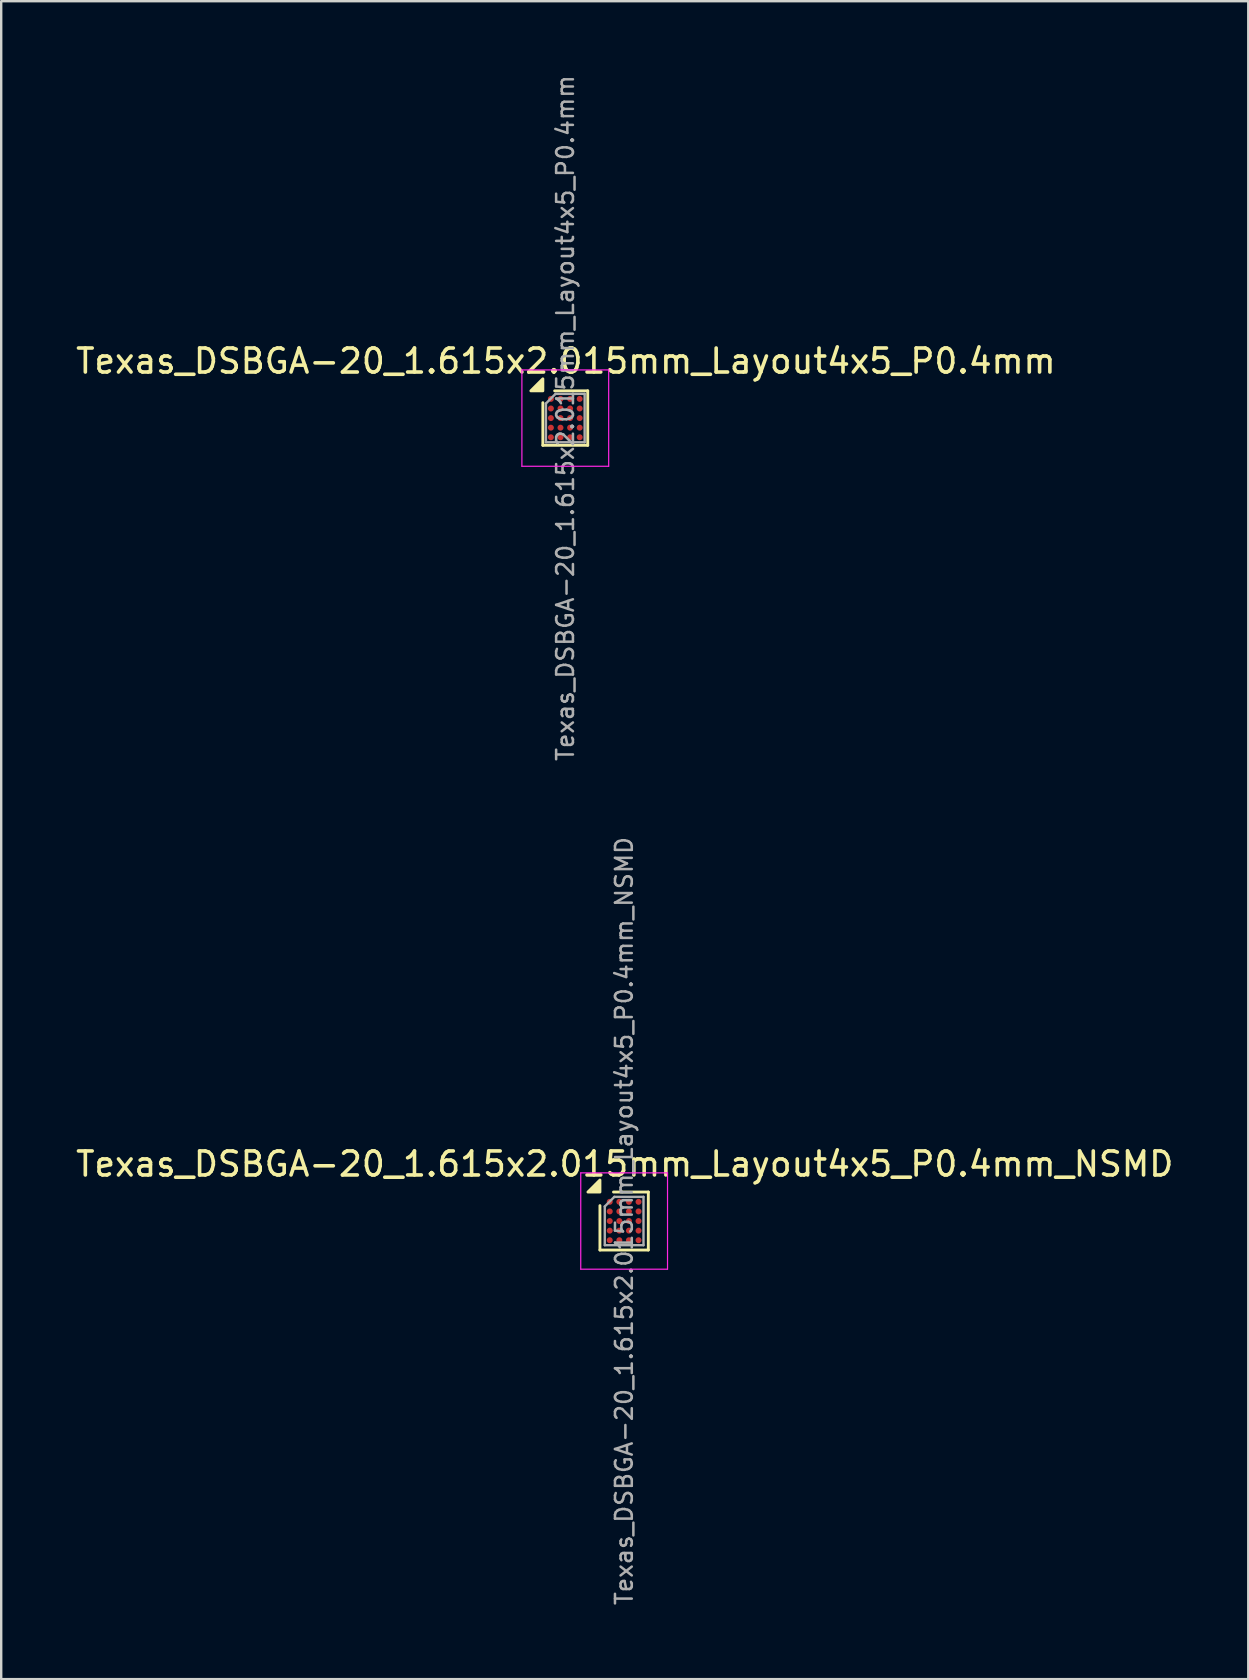
<source format=kicad_pcb>
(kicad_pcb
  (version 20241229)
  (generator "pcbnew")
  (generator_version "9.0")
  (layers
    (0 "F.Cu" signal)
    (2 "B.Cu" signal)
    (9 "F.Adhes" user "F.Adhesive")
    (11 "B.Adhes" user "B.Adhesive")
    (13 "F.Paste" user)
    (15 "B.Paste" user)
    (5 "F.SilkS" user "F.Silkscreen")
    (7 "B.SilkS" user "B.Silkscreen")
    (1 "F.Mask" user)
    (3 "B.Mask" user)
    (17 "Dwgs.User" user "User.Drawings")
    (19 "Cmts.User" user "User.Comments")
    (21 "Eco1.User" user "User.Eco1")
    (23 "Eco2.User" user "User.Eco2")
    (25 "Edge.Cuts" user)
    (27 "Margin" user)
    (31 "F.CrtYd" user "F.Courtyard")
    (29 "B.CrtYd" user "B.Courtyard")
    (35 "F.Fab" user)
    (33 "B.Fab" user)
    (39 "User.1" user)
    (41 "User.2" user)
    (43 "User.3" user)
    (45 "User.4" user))
  (footprint "Texas_DSBGA-20_1.615x2.015mm_Layout4x5_P0.4mm_NSMD"
    (layer "F.Cu")
    (at 22.957 47.829)
    (property "Reference" "Texas_DSBGA-20_1.615x2.015mm_Layout4x5_P0.4mm_NSMD" (at 0.025 -2.375 0) (layer "F.SilkS") (effects (font (size 1 1) (thickness 0.15))))
    (attr smd)
    (fp_line (start -1.008 1.208) (end -1.008 -0.642) (stroke (width 0.12) (type solid)) (layer "F.SilkS"))
    (fp_line (start -0.443 -1.208) (end 1.008 -1.208) (stroke (width 0.12) (type solid)) (layer "F.SilkS"))
    (fp_line (start 1.008 -1.208) (end 1.008 1.208) (stroke (width 0.12) (type solid)) (layer "F.SilkS"))
    (fp_line (start 1.008 1.208) (end -1.008 1.208) (stroke (width 0.12) (type solid)) (layer "F.SilkS"))
    (fp_poly (pts (xy -1.008 -1.208) (xy -1.508 -1.208) (xy -1.008 -1.708) (xy -1.008 -1.208)) (stroke (width 0.12) (type solid)) (fill yes) (layer "F.SilkS"))
    (fp_line (start -1.808 -2.007) (end -1.808 2.007) (stroke (width 0.05) (type solid)) (layer "F.CrtYd"))
    (fp_line (start -1.808 2.007) (end 1.808 2.007) (stroke (width 0.05) (type solid)) (layer "F.CrtYd"))
    (fp_line (start 1.808 -2.007) (end -1.808 -2.007) (stroke (width 0.05) (type solid)) (layer "F.CrtYd"))
    (fp_line (start 1.808 2.007) (end 1.808 -2.007) (stroke (width 0.05) (type solid)) (layer "F.CrtYd"))
    (fp_line (start -0.807 -0.608) (end -0.407 -1.008) (stroke (width 0.1) (type solid)) (layer "F.Fab"))
    (fp_line (start -0.807 1.008) (end -0.807 -0.608) (stroke (width 0.1) (type solid)) (layer "F.Fab"))
    (fp_line (start -0.407 -1.008) (end 0.807 -1.008) (stroke (width 0.1) (type solid)) (layer "F.Fab"))
    (fp_line (start 0.807 -1.008) (end 0.807 1.008) (stroke (width 0.1) (type solid)) (layer "F.Fab"))
    (fp_line (start 0.807 1.008) (end -0.807 1.008) (stroke (width 0.1) (type solid)) (layer "F.Fab"))
    (fp_text user "${REFERENCE}" (at 0 0 270) (layer "F.Fab") (effects (font (size 0.7 0.7) (thickness 0.105))))
    (pad "A1" smd circle (at -0.6 -0.8) (size 0.25 0.25) (property pad_prop_bga) (layers "F.Cu" "F.Mask" "F.Paste"))
    (pad "A2" smd circle (at -0.2 -0.8) (size 0.25 0.25) (property pad_prop_bga) (layers "F.Cu" "F.Mask" "F.Paste"))
    (pad "A3" smd circle (at 0.2 -0.8) (size 0.25 0.25) (property pad_prop_bga) (layers "F.Cu" "F.Mask" "F.Paste"))
    (pad "A4" smd circle (at 0.6 -0.8) (size 0.25 0.25) (property pad_prop_bga) (layers "F.Cu" "F.Mask" "F.Paste"))
    (pad "B1" smd circle (at -0.6 -0.4) (size 0.25 0.25) (property pad_prop_bga) (layers "F.Cu" "F.Mask" "F.Paste"))
    (pad "B2" smd circle (at -0.2 -0.4) (size 0.25 0.25) (property pad_prop_bga) (layers "F.Cu" "F.Mask" "F.Paste"))
    (pad "B3" smd circle (at 0.2 -0.4) (size 0.25 0.25) (property pad_prop_bga) (layers "F.Cu" "F.Mask" "F.Paste"))
    (pad "B4" smd circle (at 0.6 -0.4) (size 0.25 0.25) (property pad_prop_bga) (layers "F.Cu" "F.Mask" "F.Paste"))
    (pad "C1" smd circle (at -0.6 0) (size 0.25 0.25) (property pad_prop_bga) (layers "F.Cu" "F.Mask" "F.Paste"))
    (pad "C2" smd circle (at -0.2 0) (size 0.25 0.25) (property pad_prop_bga) (layers "F.Cu" "F.Mask" "F.Paste"))
    (pad "C3" smd circle (at 0.2 0) (size 0.25 0.25) (property pad_prop_bga) (layers "F.Cu" "F.Mask" "F.Paste"))
    (pad "C4" smd circle (at 0.6 0) (size 0.25 0.25) (property pad_prop_bga) (layers "F.Cu" "F.Mask" "F.Paste"))
    (pad "D1" smd circle (at -0.6 0.4) (size 0.25 0.25) (property pad_prop_bga) (layers "F.Cu" "F.Mask" "F.Paste"))
    (pad "D2" smd circle (at -0.2 0.4) (size 0.25 0.25) (property pad_prop_bga) (layers "F.Cu" "F.Mask" "F.Paste"))
    (pad "D3" smd circle (at 0.2 0.4) (size 0.25 0.25) (property pad_prop_bga) (layers "F.Cu" "F.Mask" "F.Paste"))
    (pad "D4" smd circle (at 0.6 0.4) (size 0.25 0.25) (property pad_prop_bga) (layers "F.Cu" "F.Mask" "F.Paste"))
    (pad "E1" smd circle (at -0.6 0.8) (size 0.25 0.25) (property pad_prop_bga) (layers "F.Cu" "F.Mask" "F.Paste"))
    (pad "E2" smd circle (at -0.2 0.8) (size 0.25 0.25) (property pad_prop_bga) (layers "F.Cu" "F.Mask" "F.Paste"))
    (pad "E3" smd circle (at 0.2 0.8) (size 0.25 0.25) (property pad_prop_bga) (layers "F.Cu" "F.Mask" "F.Paste"))
    (pad "E4" smd circle (at 0.6 0.8) (size 0.25 0.25) (property pad_prop_bga) (layers "F.Cu" "F.Mask" "F.Paste")))
  (footprint "Texas_DSBGA-20_1.615x2.015mm_Layout4x5_P0.4mm"
    (layer "F.Cu")
    (at 20.505 14.371)
    (property "Reference" "Texas_DSBGA-20_1.615x2.015mm_Layout4x5_P0.4mm" (at 0.025 -2.375 0) (layer "F.SilkS") (effects (font (size 1 1) (thickness 0.15))))
    (attr smd)
    (fp_line (start -0.935 1.135) (end -0.935 -0.642) (stroke (width 0.12) (type solid)) (layer "F.SilkS"))
    (fp_line (start -0.443 -1.135) (end 0.935 -1.135) (stroke (width 0.12) (type solid)) (layer "F.SilkS"))
    (fp_line (start 0.935 -1.135) (end 0.935 1.135) (stroke (width 0.12) (type solid)) (layer "F.SilkS"))
    (fp_line (start 0.935 1.135) (end -0.935 1.135) (stroke (width 0.12) (type solid)) (layer "F.SilkS"))
    (fp_poly (pts (xy -0.935 -1.135) (xy -1.435 -1.135) (xy -0.935 -1.635) (xy -0.935 -1.135)) (stroke (width 0.12) (type solid)) (fill yes) (layer "F.SilkS"))
    (fp_line (start -1.808 -2.007) (end -1.808 2.007) (stroke (width 0.05) (type solid)) (layer "F.CrtYd"))
    (fp_line (start -1.808 2.007) (end 1.808 2.007) (stroke (width 0.05) (type solid)) (layer "F.CrtYd"))
    (fp_line (start 1.808 -2.007) (end -1.808 -2.007) (stroke (width 0.05) (type solid)) (layer "F.CrtYd"))
    (fp_line (start 1.808 2.007) (end 1.808 -2.007) (stroke (width 0.05) (type solid)) (layer "F.CrtYd"))
    (fp_line (start -0.807 -0.608) (end -0.407 -1.008) (stroke (width 0.1) (type solid)) (layer "F.Fab"))
    (fp_line (start -0.807 1.008) (end -0.807 -0.608) (stroke (width 0.1) (type solid)) (layer "F.Fab"))
    (fp_line (start -0.407 -1.008) (end 0.807 -1.008) (stroke (width 0.1) (type solid)) (layer "F.Fab"))
    (fp_line (start 0.807 -1.008) (end 0.807 1.008) (stroke (width 0.1) (type solid)) (layer "F.Fab"))
    (fp_line (start 0.807 1.008) (end -0.807 1.008) (stroke (width 0.1) (type solid)) (layer "F.Fab"))
    (fp_text user "${REFERENCE}" (at 0 0 270) (layer "F.Fab") (effects (font (size 0.7 0.7) (thickness 0.105))))
    (pad "A1" smd circle (at -0.6 -0.8) (size 0.25 0.25) (property pad_prop_bga) (layers "F.Cu" "F.Mask" "F.Paste"))
    (pad "A2" smd circle (at -0.2 -0.8) (size 0.25 0.25) (property pad_prop_bga) (layers "F.Cu" "F.Mask" "F.Paste"))
    (pad "A3" smd circle (at 0.2 -0.8) (size 0.25 0.25) (property pad_prop_bga) (layers "F.Cu" "F.Mask" "F.Paste"))
    (pad "A4" smd circle (at 0.6 -0.8) (size 0.25 0.25) (property pad_prop_bga) (layers "F.Cu" "F.Mask" "F.Paste"))
    (pad "B1" smd circle (at -0.6 -0.4) (size 0.25 0.25) (property pad_prop_bga) (layers "F.Cu" "F.Mask" "F.Paste"))
    (pad "B2" smd circle (at -0.2 -0.4) (size 0.25 0.25) (property pad_prop_bga) (layers "F.Cu" "F.Mask" "F.Paste"))
    (pad "B3" smd circle (at 0.2 -0.4) (size 0.25 0.25) (property pad_prop_bga) (layers "F.Cu" "F.Mask" "F.Paste"))
    (pad "B4" smd circle (at 0.6 -0.4) (size 0.25 0.25) (property pad_prop_bga) (layers "F.Cu" "F.Mask" "F.Paste"))
    (pad "C1" smd circle (at -0.6 0) (size 0.25 0.25) (property pad_prop_bga) (layers "F.Cu" "F.Mask" "F.Paste"))
    (pad "C2" smd circle (at -0.2 0) (size 0.25 0.25) (property pad_prop_bga) (layers "F.Cu" "F.Mask" "F.Paste"))
    (pad "C3" smd circle (at 0.2 0) (size 0.25 0.25) (property pad_prop_bga) (layers "F.Cu" "F.Mask" "F.Paste"))
    (pad "C4" smd circle (at 0.6 0) (size 0.25 0.25) (property pad_prop_bga) (layers "F.Cu" "F.Mask" "F.Paste"))
    (pad "D1" smd circle (at -0.6 0.4) (size 0.25 0.25) (property pad_prop_bga) (layers "F.Cu" "F.Mask" "F.Paste"))
    (pad "D2" smd circle (at -0.2 0.4) (size 0.25 0.25) (property pad_prop_bga) (layers "F.Cu" "F.Mask" "F.Paste"))
    (pad "D3" smd circle (at 0.2 0.4) (size 0.25 0.25) (property pad_prop_bga) (layers "F.Cu" "F.Mask" "F.Paste"))
    (pad "D4" smd circle (at 0.6 0.4) (size 0.25 0.25) (property pad_prop_bga) (layers "F.Cu" "F.Mask" "F.Paste"))
    (pad "E1" smd circle (at -0.6 0.8) (size 0.25 0.25) (property pad_prop_bga) (layers "F.Cu" "F.Mask" "F.Paste"))
    (pad "E2" smd circle (at -0.2 0.8) (size 0.25 0.25) (property pad_prop_bga) (layers "F.Cu" "F.Mask" "F.Paste"))
    (pad "E3" smd circle (at 0.2 0.8) (size 0.25 0.25) (property pad_prop_bga) (layers "F.Cu" "F.Mask" "F.Paste"))
    (pad "E4" smd circle (at 0.6 0.8) (size 0.25 0.25) (property pad_prop_bga) (layers "F.Cu" "F.Mask" "F.Paste")))
  (gr_rect
    (start -3 -3)
    (end 48.964 66.917)
    (stroke (width 0.1) (type default))
    (fill no)
    (layer "Edge.Cuts")))
</source>
